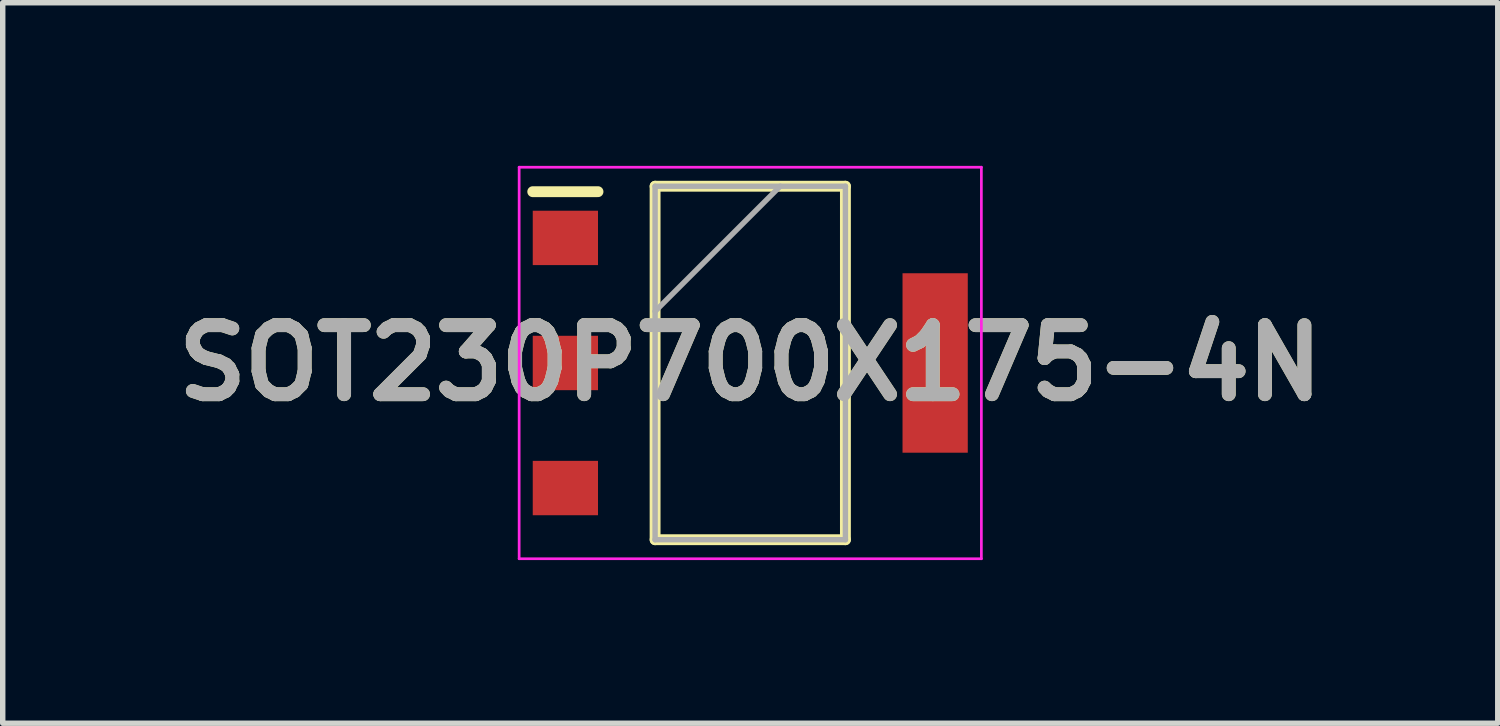
<source format=kicad_pcb>
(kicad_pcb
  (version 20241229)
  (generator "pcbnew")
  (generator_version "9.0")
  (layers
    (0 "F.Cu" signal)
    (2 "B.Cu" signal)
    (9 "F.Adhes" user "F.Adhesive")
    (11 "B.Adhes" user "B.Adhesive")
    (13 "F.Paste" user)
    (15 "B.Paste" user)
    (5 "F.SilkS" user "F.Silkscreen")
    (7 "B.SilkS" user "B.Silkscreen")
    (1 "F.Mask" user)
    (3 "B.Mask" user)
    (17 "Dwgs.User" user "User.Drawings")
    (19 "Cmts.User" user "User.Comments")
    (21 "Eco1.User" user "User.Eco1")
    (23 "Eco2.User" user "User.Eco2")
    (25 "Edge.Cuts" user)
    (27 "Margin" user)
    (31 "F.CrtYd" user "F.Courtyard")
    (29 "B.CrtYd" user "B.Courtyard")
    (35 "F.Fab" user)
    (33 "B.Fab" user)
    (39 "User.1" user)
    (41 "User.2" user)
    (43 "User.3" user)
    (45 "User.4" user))
  (footprint "SOT230P700X175-4N"
    (layer "F.Cu")
    (at 10.747 3.625)
    (property "Reference" "SOT230P700X175-4N" (at 0 0 0) (layer "F.SilkS") (effects (font (size 1.27 1.27) (thickness 0.254))))
    (attr smd)
    (fp_line (start -4 -3.15) (end -2.8 -3.15) (stroke (width 0.2) (type solid)) (layer "F.SilkS"))
    (fp_line (start -1.75 -3.25) (end 1.75 -3.25) (stroke (width 0.2) (type solid)) (layer "F.SilkS"))
    (fp_line (start -1.75 3.25) (end -1.75 -3.25) (stroke (width 0.2) (type solid)) (layer "F.SilkS"))
    (fp_line (start 1.75 -3.25) (end 1.75 3.25) (stroke (width 0.2) (type solid)) (layer "F.SilkS"))
    (fp_line (start 1.75 3.25) (end -1.75 3.25) (stroke (width 0.2) (type solid)) (layer "F.SilkS"))
    (fp_line (start -4.25 -3.6) (end 4.25 -3.6) (stroke (width 0.05) (type solid)) (layer "F.CrtYd"))
    (fp_line (start -4.25 3.6) (end -4.25 -3.6) (stroke (width 0.05) (type solid)) (layer "F.CrtYd"))
    (fp_line (start 4.25 -3.6) (end 4.25 3.6) (stroke (width 0.05) (type solid)) (layer "F.CrtYd"))
    (fp_line (start 4.25 3.6) (end -4.25 3.6) (stroke (width 0.05) (type solid)) (layer "F.CrtYd"))
    (fp_line (start -1.75 -3.25) (end 1.75 -3.25) (stroke (width 0.1) (type solid)) (layer "F.Fab"))
    (fp_line (start -1.75 -0.95) (end 0.55 -3.25) (stroke (width 0.1) (type solid)) (layer "F.Fab"))
    (fp_line (start -1.75 3.25) (end -1.75 -3.25) (stroke (width 0.1) (type solid)) (layer "F.Fab"))
    (fp_line (start 1.75 -3.25) (end 1.75 3.25) (stroke (width 0.1) (type solid)) (layer "F.Fab"))
    (fp_line (start 1.75 3.25) (end -1.75 3.25) (stroke (width 0.1) (type solid)) (layer "F.Fab"))
    (fp_text user "${REFERENCE}" (at 0 0 0) (layer "F.Fab") (effects (font (size 1.27 1.27) (thickness 0.254))))
    (pad "1" smd rect (at -3.4 -2.3 90) (size 1 1.2) (layers "F.Cu" "F.Mask" "F.Paste"))
    (pad "2" smd rect (at -3.4 0 90) (size 1 1.2) (layers "F.Cu" "F.Mask" "F.Paste"))
    (pad "3" smd rect (at -3.4 2.3 90) (size 1 1.2) (layers "F.Cu" "F.Mask" "F.Paste"))
    (pad "4" smd rect (at 3.4 0) (size 1.2 3.3) (layers "F.Cu" "F.Mask" "F.Paste")))
  (gr_rect
    (start -3 -3)
    (end 24.493 10.25)
    (stroke (width 0.1) (type default))
    (fill no)
    (layer "Edge.Cuts")))
</source>
